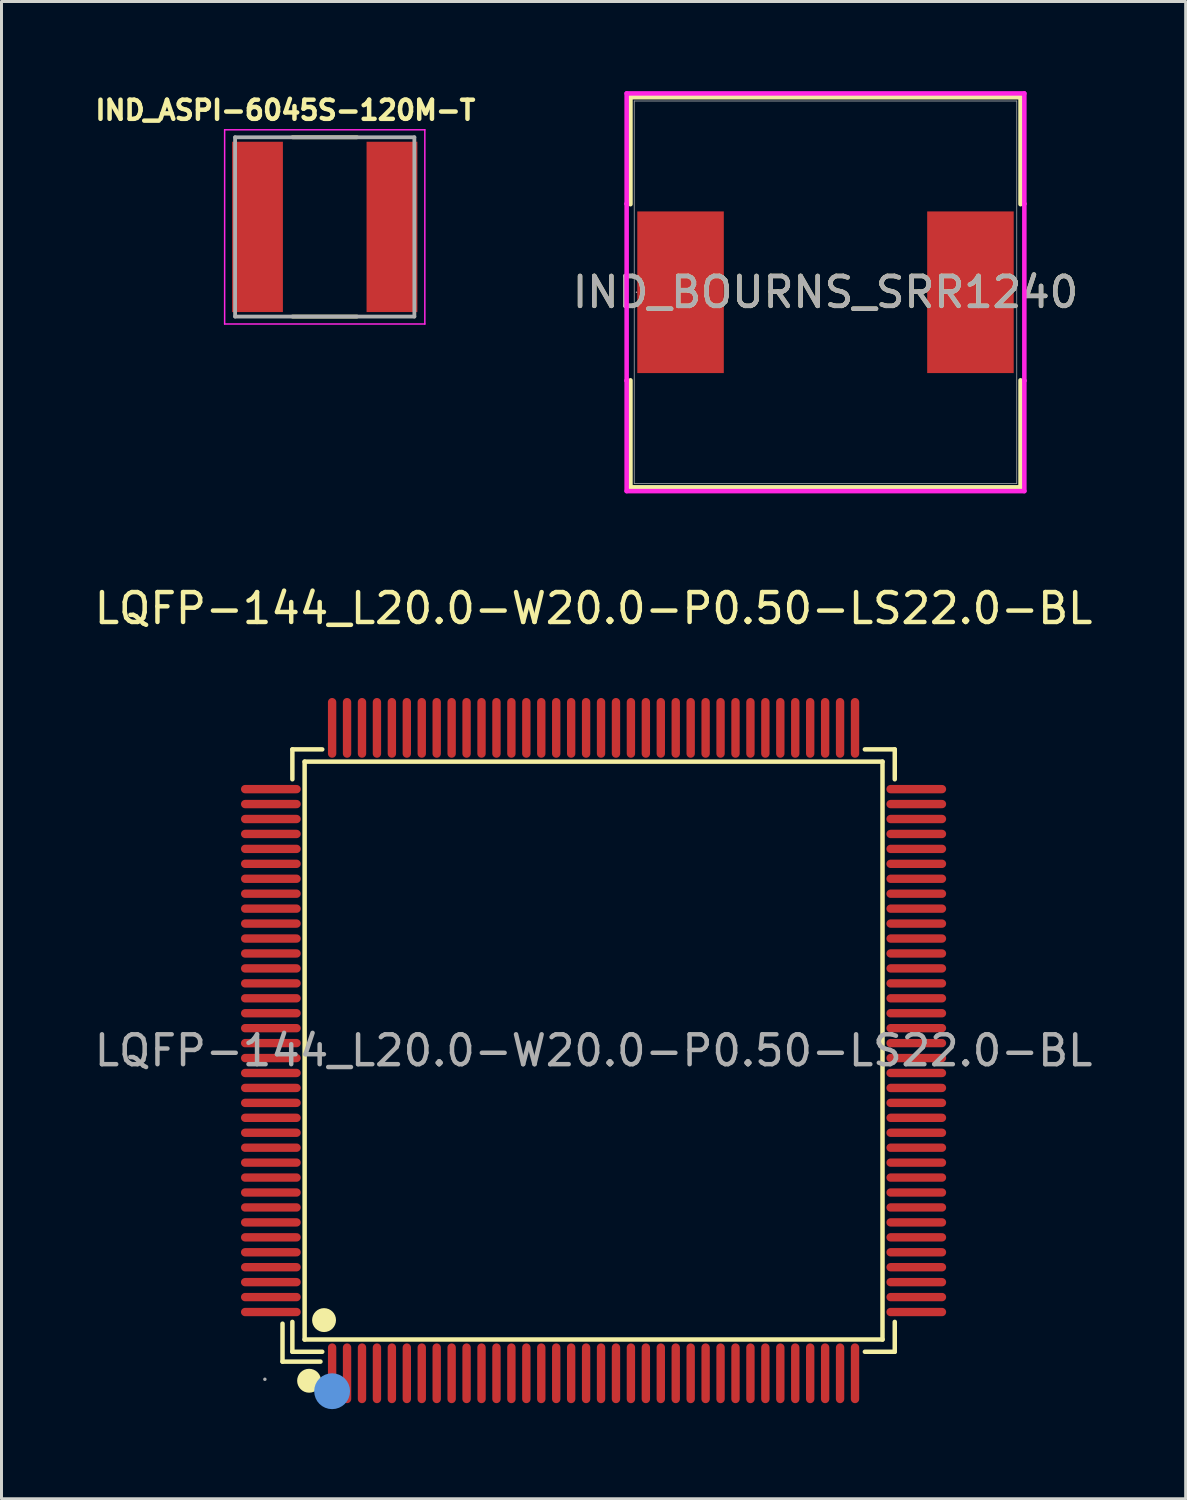
<source format=kicad_pcb>
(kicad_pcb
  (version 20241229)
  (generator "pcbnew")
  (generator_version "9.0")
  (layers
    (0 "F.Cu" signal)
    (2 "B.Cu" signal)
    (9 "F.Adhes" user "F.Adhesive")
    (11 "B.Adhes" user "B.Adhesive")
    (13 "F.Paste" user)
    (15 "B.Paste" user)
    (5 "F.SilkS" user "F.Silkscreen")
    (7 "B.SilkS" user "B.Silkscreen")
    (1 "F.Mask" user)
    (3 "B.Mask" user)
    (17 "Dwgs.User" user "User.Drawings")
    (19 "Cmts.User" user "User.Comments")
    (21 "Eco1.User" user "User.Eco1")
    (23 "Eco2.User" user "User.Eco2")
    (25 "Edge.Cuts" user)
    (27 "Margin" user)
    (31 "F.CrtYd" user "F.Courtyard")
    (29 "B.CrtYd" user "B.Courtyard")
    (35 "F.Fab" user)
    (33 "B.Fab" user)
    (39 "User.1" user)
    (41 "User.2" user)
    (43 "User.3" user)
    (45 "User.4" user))
  (footprint "IND_ASPI-6045S-120M-T"
    (layer "F.Cu")
    (at 7.818 4.544)
    (property "Reference" "IND_ASPI-6045S-120M-T" (at -1.318 -3.906 0) (layer "F.SilkS") (effects (font (size 0.64 0.64) (thickness 0.15))))
    (attr smd)
    (fp_line (start -1.08 -3) (end 1.08 -3) (stroke (width 0.127) (type solid)) (layer "F.SilkS"))
    (fp_line (start -1.08 3) (end 1.08 3) (stroke (width 0.127) (type solid)) (layer "F.SilkS"))
    (fp_line (start -3.35 -3.25) (end -3.35 3.25) (stroke (width 0.05) (type solid)) (layer "F.CrtYd"))
    (fp_line (start -3.35 3.25) (end 3.35 3.25) (stroke (width 0.05) (type solid)) (layer "F.CrtYd"))
    (fp_line (start 3.35 -3.25) (end -3.35 -3.25) (stroke (width 0.05) (type solid)) (layer "F.CrtYd"))
    (fp_line (start 3.35 3.25) (end 3.35 -3.25) (stroke (width 0.05) (type solid)) (layer "F.CrtYd"))
    (fp_line (start -3 -3) (end -3 3) (stroke (width 0.127) (type solid)) (layer "F.Fab"))
    (fp_line (start -3 -3) (end 3 -3) (stroke (width 0.127) (type solid)) (layer "F.Fab"))
    (fp_line (start -3 3) (end 3 3) (stroke (width 0.127) (type solid)) (layer "F.Fab"))
    (fp_line (start 3 -3) (end 3 3) (stroke (width 0.127) (type solid)) (layer "F.Fab"))
    (pad "1" smd rect (at -2.25 0) (size 1.7 5.7) (layers "F.Cu" "F.Mask" "F.Paste"))
    (pad "2" smd rect (at 2.25 0) (size 1.7 5.7) (layers "F.Cu" "F.Mask" "F.Paste")))
  (footprint "LQFP-144_L20.0-W20.0-P0.50-LS22.0-BL"
    (layer "F.Cu")
    (at 16.815 32.11)
    (property "Reference" "LQFP-144_L20.0-W20.0-P0.50-LS22.0-BL" (at 0 -14.8 0) (layer "F.SilkS") (effects (font (size 1 1) (thickness 0.15))))
    (attr smd)
    (fp_line (start -10.41 9.14) (end -10.41 10.41) (stroke (width 0.15) (type solid)) (layer "F.SilkS"))
    (fp_line (start -10.41 10.41) (end -9.14 10.41) (stroke (width 0.15) (type solid)) (layer "F.SilkS"))
    (fp_line (start -10.08 -10.08) (end -9.08 -10.08) (stroke (width 0.15) (type solid)) (layer "F.SilkS"))
    (fp_line (start -10.08 -9.08) (end -10.08 -10.08) (stroke (width 0.15) (type solid)) (layer "F.SilkS"))
    (fp_line (start -10.08 9.08) (end -10.08 10.08) (stroke (width 0.15) (type solid)) (layer "F.SilkS"))
    (fp_line (start -10.08 10.08) (end -9.08 10.08) (stroke (width 0.15) (type solid)) (layer "F.SilkS"))
    (fp_line (start -9.67 -9.67) (end 9.67 -9.67) (stroke (width 0.15) (type solid)) (layer "F.SilkS"))
    (fp_line (start -9.67 9.67) (end -9.67 -9.67) (stroke (width 0.15) (type solid)) (layer "F.SilkS"))
    (fp_line (start 9.67 -9.67) (end 9.67 9.67) (stroke (width 0.15) (type solid)) (layer "F.SilkS"))
    (fp_line (start 9.67 9.67) (end -9.67 9.67) (stroke (width 0.15) (type solid)) (layer "F.SilkS"))
    (fp_line (start 10.08 -10.08) (end 9.08 -10.08) (stroke (width 0.15) (type solid)) (layer "F.SilkS"))
    (fp_line (start 10.08 -9.08) (end 10.08 -10.08) (stroke (width 0.15) (type solid)) (layer "F.SilkS"))
    (fp_line (start 10.08 9.08) (end 10.08 10.08) (stroke (width 0.15) (type solid)) (layer "F.SilkS"))
    (fp_line (start 10.08 10.08) (end 9.08 10.08) (stroke (width 0.15) (type solid)) (layer "F.SilkS"))
    (fp_circle (center -9.52 11.05) (end -9.32 11.05) (stroke (width 0.4) (type solid)) (fill no) (layer "F.SilkS"))
    (fp_circle (center -9.02 9.02) (end -8.82 9.02) (stroke (width 0.4) (type solid)) (fill no) (layer "F.SilkS"))
    (fp_circle (center -8.75 11.4) (end -8.45 11.4) (stroke (width 0.6) (type solid)) (fill no) (layer "Cmts.User"))
    (fp_circle (center -11 11) (end -10.97 11) (stroke (width 0.06) (type solid)) (fill no) (layer "F.Fab"))
    (fp_text user "${REFERENCE}" (at 0 0 0) (layer "F.Fab") (effects (font (size 1 1) (thickness 0.15))))
    (pad "1" smd oval (at -8.75 10.8) (size 0.28 2) (layers "F.Cu" "F.Mask" "F.Paste"))
    (pad "2" smd oval (at -8.25 10.8) (size 0.28 2) (layers "F.Cu" "F.Mask" "F.Paste"))
    (pad "3" smd oval (at -7.75 10.8) (size 0.28 2) (layers "F.Cu" "F.Mask" "F.Paste"))
    (pad "4" smd oval (at -7.25 10.8) (size 0.28 2) (layers "F.Cu" "F.Mask" "F.Paste"))
    (pad "5" smd oval (at -6.75 10.8) (size 0.28 2) (layers "F.Cu" "F.Mask" "F.Paste"))
    (pad "6" smd oval (at -6.25 10.8) (size 0.28 2) (layers "F.Cu" "F.Mask" "F.Paste"))
    (pad "7" smd oval (at -5.75 10.8) (size 0.28 2) (layers "F.Cu" "F.Mask" "F.Paste"))
    (pad "8" smd oval (at -5.25 10.8) (size 0.28 2) (layers "F.Cu" "F.Mask" "F.Paste"))
    (pad "9" smd oval (at -4.75 10.8) (size 0.28 2) (layers "F.Cu" "F.Mask" "F.Paste"))
    (pad "10" smd oval (at -4.25 10.8) (size 0.28 2) (layers "F.Cu" "F.Mask" "F.Paste"))
    (pad "11" smd oval (at -3.75 10.8) (size 0.28 2) (layers "F.Cu" "F.Mask" "F.Paste"))
    (pad "12" smd oval (at -3.25 10.8) (size 0.28 2) (layers "F.Cu" "F.Mask" "F.Paste"))
    (pad "13" smd oval (at -2.75 10.8) (size 0.28 2) (layers "F.Cu" "F.Mask" "F.Paste"))
    (pad "14" smd oval (at -2.25 10.8) (size 0.28 2) (layers "F.Cu" "F.Mask" "F.Paste"))
    (pad "15" smd oval (at -1.75 10.8) (size 0.28 2) (layers "F.Cu" "F.Mask" "F.Paste"))
    (pad "16" smd oval (at -1.25 10.8) (size 0.28 2) (layers "F.Cu" "F.Mask" "F.Paste"))
    (pad "17" smd oval (at -0.75 10.8) (size 0.28 2) (layers "F.Cu" "F.Mask" "F.Paste"))
    (pad "18" smd oval (at -0.25 10.8) (size 0.28 2) (layers "F.Cu" "F.Mask" "F.Paste"))
    (pad "19" smd oval (at 0.25 10.8) (size 0.28 2) (layers "F.Cu" "F.Mask" "F.Paste"))
    (pad "20" smd oval (at 0.75 10.8) (size 0.28 2) (layers "F.Cu" "F.Mask" "F.Paste"))
    (pad "21" smd oval (at 1.25 10.8) (size 0.28 2) (layers "F.Cu" "F.Mask" "F.Paste"))
    (pad "22" smd oval (at 1.75 10.8) (size 0.28 2) (layers "F.Cu" "F.Mask" "F.Paste"))
    (pad "23" smd oval (at 2.25 10.8) (size 0.28 2) (layers "F.Cu" "F.Mask" "F.Paste"))
    (pad "24" smd oval (at 2.75 10.8) (size 0.28 2) (layers "F.Cu" "F.Mask" "F.Paste"))
    (pad "25" smd oval (at 3.25 10.8) (size 0.28 2) (layers "F.Cu" "F.Mask" "F.Paste"))
    (pad "26" smd oval (at 3.75 10.8) (size 0.28 2) (layers "F.Cu" "F.Mask" "F.Paste"))
    (pad "27" smd oval (at 4.25 10.8) (size 0.28 2) (layers "F.Cu" "F.Mask" "F.Paste"))
    (pad "28" smd oval (at 4.75 10.8) (size 0.28 2) (layers "F.Cu" "F.Mask" "F.Paste"))
    (pad "29" smd oval (at 5.25 10.8) (size 0.28 2) (layers "F.Cu" "F.Mask" "F.Paste"))
    (pad "30" smd oval (at 5.75 10.8) (size 0.28 2) (layers "F.Cu" "F.Mask" "F.Paste"))
    (pad "31" smd oval (at 6.25 10.8) (size 0.28 2) (layers "F.Cu" "F.Mask" "F.Paste"))
    (pad "32" smd oval (at 6.75 10.8) (size 0.28 2) (layers "F.Cu" "F.Mask" "F.Paste"))
    (pad "33" smd oval (at 7.25 10.8) (size 0.28 2) (layers "F.Cu" "F.Mask" "F.Paste"))
    (pad "34" smd oval (at 7.75 10.8) (size 0.28 2) (layers "F.Cu" "F.Mask" "F.Paste"))
    (pad "35" smd oval (at 8.25 10.8) (size 0.28 2) (layers "F.Cu" "F.Mask" "F.Paste"))
    (pad "36" smd oval (at 8.75 10.8) (size 0.28 2) (layers "F.Cu" "F.Mask" "F.Paste"))
    (pad "37" smd oval (at 10.8 8.75) (size 2 0.28) (layers "F.Cu" "F.Mask" "F.Paste"))
    (pad "38" smd oval (at 10.8 8.25) (size 2 0.28) (layers "F.Cu" "F.Mask" "F.Paste"))
    (pad "39" smd oval (at 10.8 7.75) (size 2 0.28) (layers "F.Cu" "F.Mask" "F.Paste"))
    (pad "40" smd oval (at 10.8 7.25) (size 2 0.28) (layers "F.Cu" "F.Mask" "F.Paste"))
    (pad "41" smd oval (at 10.8 6.75) (size 2 0.28) (layers "F.Cu" "F.Mask" "F.Paste"))
    (pad "42" smd oval (at 10.8 6.25) (size 2 0.28) (layers "F.Cu" "F.Mask" "F.Paste"))
    (pad "43" smd oval (at 10.8 5.75) (size 2 0.28) (layers "F.Cu" "F.Mask" "F.Paste"))
    (pad "44" smd oval (at 10.8 5.25) (size 2 0.28) (layers "F.Cu" "F.Mask" "F.Paste"))
    (pad "45" smd oval (at 10.8 4.75) (size 2 0.28) (layers "F.Cu" "F.Mask" "F.Paste"))
    (pad "46" smd oval (at 10.8 4.25) (size 2 0.28) (layers "F.Cu" "F.Mask" "F.Paste"))
    (pad "47" smd oval (at 10.8 3.75) (size 2 0.28) (layers "F.Cu" "F.Mask" "F.Paste"))
    (pad "48" smd oval (at 10.8 3.25) (size 2 0.28) (layers "F.Cu" "F.Mask" "F.Paste"))
    (pad "49" smd oval (at 10.8 2.75) (size 2 0.28) (layers "F.Cu" "F.Mask" "F.Paste"))
    (pad "50" smd oval (at 10.8 2.25) (size 2 0.28) (layers "F.Cu" "F.Mask" "F.Paste"))
    (pad "51" smd oval (at 10.8 1.75) (size 2 0.28) (layers "F.Cu" "F.Mask" "F.Paste"))
    (pad "52" smd oval (at 10.8 1.25) (size 2 0.28) (layers "F.Cu" "F.Mask" "F.Paste"))
    (pad "53" smd oval (at 10.8 0.75) (size 2 0.28) (layers "F.Cu" "F.Mask" "F.Paste"))
    (pad "54" smd oval (at 10.8 0.25) (size 2 0.28) (layers "F.Cu" "F.Mask" "F.Paste"))
    (pad "55" smd oval (at 10.8 -0.25) (size 2 0.28) (layers "F.Cu" "F.Mask" "F.Paste"))
    (pad "56" smd oval (at 10.8 -0.75) (size 2 0.28) (layers "F.Cu" "F.Mask" "F.Paste"))
    (pad "57" smd oval (at 10.8 -1.25) (size 2 0.28) (layers "F.Cu" "F.Mask" "F.Paste"))
    (pad "58" smd oval (at 10.8 -1.75) (size 2 0.28) (layers "F.Cu" "F.Mask" "F.Paste"))
    (pad "59" smd oval (at 10.8 -2.25) (size 2 0.28) (layers "F.Cu" "F.Mask" "F.Paste"))
    (pad "60" smd oval (at 10.8 -2.75) (size 2 0.28) (layers "F.Cu" "F.Mask" "F.Paste"))
    (pad "61" smd oval (at 10.8 -3.25) (size 2 0.28) (layers "F.Cu" "F.Mask" "F.Paste"))
    (pad "62" smd oval (at 10.8 -3.75) (size 2 0.28) (layers "F.Cu" "F.Mask" "F.Paste"))
    (pad "63" smd oval (at 10.8 -4.25) (size 2 0.28) (layers "F.Cu" "F.Mask" "F.Paste"))
    (pad "64" smd oval (at 10.8 -4.75) (size 2 0.28) (layers "F.Cu" "F.Mask" "F.Paste"))
    (pad "65" smd oval (at 10.8 -5.25) (size 2 0.28) (layers "F.Cu" "F.Mask" "F.Paste"))
    (pad "66" smd oval (at 10.8 -5.75) (size 2 0.28) (layers "F.Cu" "F.Mask" "F.Paste"))
    (pad "67" smd oval (at 10.8 -6.25) (size 2 0.28) (layers "F.Cu" "F.Mask" "F.Paste"))
    (pad "68" smd oval (at 10.8 -6.75) (size 2 0.28) (layers "F.Cu" "F.Mask" "F.Paste"))
    (pad "69" smd oval (at 10.8 -7.25) (size 2 0.28) (layers "F.Cu" "F.Mask" "F.Paste"))
    (pad "70" smd oval (at 10.8 -7.75) (size 2 0.28) (layers "F.Cu" "F.Mask" "F.Paste"))
    (pad "71" smd oval (at 10.8 -8.25) (size 2 0.28) (layers "F.Cu" "F.Mask" "F.Paste"))
    (pad "72" smd oval (at 10.8 -8.75) (size 2 0.28) (layers "F.Cu" "F.Mask" "F.Paste"))
    (pad "73" smd oval (at 8.75 -10.8) (size 0.28 2) (layers "F.Cu" "F.Mask" "F.Paste"))
    (pad "74" smd oval (at 8.25 -10.8) (size 0.28 2) (layers "F.Cu" "F.Mask" "F.Paste"))
    (pad "75" smd oval (at 7.75 -10.8) (size 0.28 2) (layers "F.Cu" "F.Mask" "F.Paste"))
    (pad "76" smd oval (at 7.25 -10.8) (size 0.28 2) (layers "F.Cu" "F.Mask" "F.Paste"))
    (pad "77" smd oval (at 6.75 -10.8) (size 0.28 2) (layers "F.Cu" "F.Mask" "F.Paste"))
    (pad "78" smd oval (at 6.25 -10.8) (size 0.28 2) (layers "F.Cu" "F.Mask" "F.Paste"))
    (pad "79" smd oval (at 5.75 -10.8) (size 0.28 2) (layers "F.Cu" "F.Mask" "F.Paste"))
    (pad "80" smd oval (at 5.25 -10.8) (size 0.28 2) (layers "F.Cu" "F.Mask" "F.Paste"))
    (pad "81" smd oval (at 4.75 -10.8) (size 0.28 2) (layers "F.Cu" "F.Mask" "F.Paste"))
    (pad "82" smd oval (at 4.25 -10.8) (size 0.28 2) (layers "F.Cu" "F.Mask" "F.Paste"))
    (pad "83" smd oval (at 3.75 -10.8) (size 0.28 2) (layers "F.Cu" "F.Mask" "F.Paste"))
    (pad "84" smd oval (at 3.25 -10.8) (size 0.28 2) (layers "F.Cu" "F.Mask" "F.Paste"))
    (pad "85" smd oval (at 2.75 -10.8) (size 0.28 2) (layers "F.Cu" "F.Mask" "F.Paste"))
    (pad "86" smd oval (at 2.25 -10.8) (size 0.28 2) (layers "F.Cu" "F.Mask" "F.Paste"))
    (pad "87" smd oval (at 1.75 -10.8) (size 0.28 2) (layers "F.Cu" "F.Mask" "F.Paste"))
    (pad "88" smd oval (at 1.25 -10.8) (size 0.28 2) (layers "F.Cu" "F.Mask" "F.Paste"))
    (pad "89" smd oval (at 0.75 -10.8) (size 0.28 2) (layers "F.Cu" "F.Mask" "F.Paste"))
    (pad "90" smd oval (at 0.25 -10.8) (size 0.28 2) (layers "F.Cu" "F.Mask" "F.Paste"))
    (pad "91" smd oval (at -0.25 -10.8) (size 0.28 2) (layers "F.Cu" "F.Mask" "F.Paste"))
    (pad "92" smd oval (at -0.75 -10.8) (size 0.28 2) (layers "F.Cu" "F.Mask" "F.Paste"))
    (pad "93" smd oval (at -1.25 -10.8) (size 0.28 2) (layers "F.Cu" "F.Mask" "F.Paste"))
    (pad "94" smd oval (at -1.75 -10.8) (size 0.28 2) (layers "F.Cu" "F.Mask" "F.Paste"))
    (pad "95" smd oval (at -2.25 -10.8) (size 0.28 2) (layers "F.Cu" "F.Mask" "F.Paste"))
    (pad "96" smd oval (at -2.75 -10.8) (size 0.28 2) (layers "F.Cu" "F.Mask" "F.Paste"))
    (pad "97" smd oval (at -3.25 -10.8) (size 0.28 2) (layers "F.Cu" "F.Mask" "F.Paste"))
    (pad "98" smd oval (at -3.75 -10.8) (size 0.28 2) (layers "F.Cu" "F.Mask" "F.Paste"))
    (pad "99" smd oval (at -4.25 -10.8) (size 0.28 2) (layers "F.Cu" "F.Mask" "F.Paste"))
    (pad "100" smd oval (at -4.75 -10.8) (size 0.28 2) (layers "F.Cu" "F.Mask" "F.Paste"))
    (pad "101" smd oval (at -5.25 -10.8) (size 0.28 2) (layers "F.Cu" "F.Mask" "F.Paste"))
    (pad "102" smd oval (at -5.75 -10.8) (size 0.28 2) (layers "F.Cu" "F.Mask" "F.Paste"))
    (pad "103" smd oval (at -6.25 -10.8) (size 0.28 2) (layers "F.Cu" "F.Mask" "F.Paste"))
    (pad "104" smd oval (at -6.75 -10.8) (size 0.28 2) (layers "F.Cu" "F.Mask" "F.Paste"))
    (pad "105" smd oval (at -7.25 -10.8) (size 0.28 2) (layers "F.Cu" "F.Mask" "F.Paste"))
    (pad "106" smd oval (at -7.75 -10.8) (size 0.28 2) (layers "F.Cu" "F.Mask" "F.Paste"))
    (pad "107" smd oval (at -8.25 -10.8) (size 0.28 2) (layers "F.Cu" "F.Mask" "F.Paste"))
    (pad "108" smd oval (at -8.75 -10.8) (size 0.28 2) (layers "F.Cu" "F.Mask" "F.Paste"))
    (pad "109" smd oval (at -10.8 -8.75) (size 2 0.28) (layers "F.Cu" "F.Mask" "F.Paste"))
    (pad "110" smd oval (at -10.8 -8.25) (size 2 0.28) (layers "F.Cu" "F.Mask" "F.Paste"))
    (pad "111" smd oval (at -10.8 -7.75) (size 2 0.28) (layers "F.Cu" "F.Mask" "F.Paste"))
    (pad "112" smd oval (at -10.8 -7.25) (size 2 0.28) (layers "F.Cu" "F.Mask" "F.Paste"))
    (pad "113" smd oval (at -10.8 -6.75) (size 2 0.28) (layers "F.Cu" "F.Mask" "F.Paste"))
    (pad "114" smd oval (at -10.8 -6.25) (size 2 0.28) (layers "F.Cu" "F.Mask" "F.Paste"))
    (pad "115" smd oval (at -10.8 -5.75) (size 2 0.28) (layers "F.Cu" "F.Mask" "F.Paste"))
    (pad "116" smd oval (at -10.8 -5.25) (size 2 0.28) (layers "F.Cu" "F.Mask" "F.Paste"))
    (pad "117" smd oval (at -10.8 -4.75) (size 2 0.28) (layers "F.Cu" "F.Mask" "F.Paste"))
    (pad "118" smd oval (at -10.8 -4.25) (size 2 0.28) (layers "F.Cu" "F.Mask" "F.Paste"))
    (pad "119" smd oval (at -10.8 -3.75) (size 2 0.28) (layers "F.Cu" "F.Mask" "F.Paste"))
    (pad "120" smd oval (at -10.8 -3.25) (size 2 0.28) (layers "F.Cu" "F.Mask" "F.Paste"))
    (pad "121" smd oval (at -10.8 -2.75) (size 2 0.28) (layers "F.Cu" "F.Mask" "F.Paste"))
    (pad "122" smd oval (at -10.8 -2.25) (size 2 0.28) (layers "F.Cu" "F.Mask" "F.Paste"))
    (pad "123" smd oval (at -10.8 -1.75) (size 2 0.28) (layers "F.Cu" "F.Mask" "F.Paste"))
    (pad "124" smd oval (at -10.8 -1.25) (size 2 0.28) (layers "F.Cu" "F.Mask" "F.Paste"))
    (pad "125" smd oval (at -10.8 -0.75) (size 2 0.28) (layers "F.Cu" "F.Mask" "F.Paste"))
    (pad "126" smd oval (at -10.8 -0.25) (size 2 0.28) (layers "F.Cu" "F.Mask" "F.Paste"))
    (pad "127" smd oval (at -10.8 0.25) (size 2 0.28) (layers "F.Cu" "F.Mask" "F.Paste"))
    (pad "128" smd oval (at -10.8 0.75) (size 2 0.28) (layers "F.Cu" "F.Mask" "F.Paste"))
    (pad "129" smd oval (at -10.8 1.25) (size 2 0.28) (layers "F.Cu" "F.Mask" "F.Paste"))
    (pad "130" smd oval (at -10.8 1.75) (size 2 0.28) (layers "F.Cu" "F.Mask" "F.Paste"))
    (pad "131" smd oval (at -10.8 2.25) (size 2 0.28) (layers "F.Cu" "F.Mask" "F.Paste"))
    (pad "132" smd oval (at -10.8 2.75) (size 2 0.28) (layers "F.Cu" "F.Mask" "F.Paste"))
    (pad "133" smd oval (at -10.8 3.25) (size 2 0.28) (layers "F.Cu" "F.Mask" "F.Paste"))
    (pad "134" smd oval (at -10.8 3.75) (size 2 0.28) (layers "F.Cu" "F.Mask" "F.Paste"))
    (pad "135" smd oval (at -10.8 4.25) (size 2 0.28) (layers "F.Cu" "F.Mask" "F.Paste"))
    (pad "136" smd oval (at -10.8 4.75) (size 2 0.28) (layers "F.Cu" "F.Mask" "F.Paste"))
    (pad "137" smd oval (at -10.8 5.25) (size 2 0.28) (layers "F.Cu" "F.Mask" "F.Paste"))
    (pad "138" smd oval (at -10.8 5.75) (size 2 0.28) (layers "F.Cu" "F.Mask" "F.Paste"))
    (pad "139" smd oval (at -10.8 6.25) (size 2 0.28) (layers "F.Cu" "F.Mask" "F.Paste"))
    (pad "140" smd oval (at -10.8 6.75) (size 2 0.28) (layers "F.Cu" "F.Mask" "F.Paste"))
    (pad "141" smd oval (at -10.8 7.25) (size 2 0.28) (layers "F.Cu" "F.Mask" "F.Paste"))
    (pad "142" smd oval (at -10.8 7.75) (size 2 0.28) (layers "F.Cu" "F.Mask" "F.Paste"))
    (pad "143" smd oval (at -10.8 8.25) (size 2 0.28) (layers "F.Cu" "F.Mask" "F.Paste"))
    (pad "144" smd oval (at -10.8 8.75) (size 2 0.28) (layers "F.Cu" "F.Mask" "F.Paste")))
  (footprint "IND_BOURNS_SRR1240"
    (layer "F.Cu")
    (at 24.577 6.731)
    (property "Reference" "IND_BOURNS_SRR1240" (at 0 0 0) (unlocked yes) (layer "F.SilkS") (effects (font (size 1 1) (thickness 0.15))))
    (attr smd)
    (fp_line (start -6.528 -6.528) (end -6.528 -2.947) (stroke (width 0.152) (type solid)) (layer "F.SilkS"))
    (fp_line (start -6.528 2.947) (end -6.528 6.528) (stroke (width 0.152) (type solid)) (layer "F.SilkS"))
    (fp_line (start -6.528 6.528) (end 6.528 6.528) (stroke (width 0.152) (type solid)) (layer "F.SilkS"))
    (fp_line (start 6.528 -6.528) (end -6.528 -6.528) (stroke (width 0.152) (type solid)) (layer "F.SilkS"))
    (fp_line (start 6.528 -2.947) (end 6.528 -6.528) (stroke (width 0.152) (type solid)) (layer "F.SilkS"))
    (fp_line (start 6.528 6.528) (end 6.528 2.947) (stroke (width 0.152) (type solid)) (layer "F.SilkS"))
    (fp_line (start -6.655 -6.655) (end 6.655 -6.655) (stroke (width 0.152) (type solid)) (layer "F.CrtYd"))
    (fp_line (start -6.655 -2.959) (end -6.655 -6.655) (stroke (width 0.152) (type solid)) (layer "F.CrtYd"))
    (fp_line (start -6.655 -2.959) (end -6.655 -2.959) (stroke (width 0.152) (type solid)) (layer "F.CrtYd"))
    (fp_line (start -6.655 2.959) (end -6.655 -2.959) (stroke (width 0.152) (type solid)) (layer "F.CrtYd"))
    (fp_line (start -6.655 2.959) (end -6.655 2.959) (stroke (width 0.152) (type solid)) (layer "F.CrtYd"))
    (fp_line (start -6.655 6.655) (end -6.655 2.959) (stroke (width 0.152) (type solid)) (layer "F.CrtYd"))
    (fp_line (start 6.655 -6.655) (end 6.655 -2.959) (stroke (width 0.152) (type solid)) (layer "F.CrtYd"))
    (fp_line (start 6.655 -2.959) (end 6.655 -2.959) (stroke (width 0.152) (type solid)) (layer "F.CrtYd"))
    (fp_line (start 6.655 -2.959) (end 6.655 2.959) (stroke (width 0.152) (type solid)) (layer "F.CrtYd"))
    (fp_line (start 6.655 2.959) (end 6.655 2.959) (stroke (width 0.152) (type solid)) (layer "F.CrtYd"))
    (fp_line (start 6.655 2.959) (end 6.655 6.655) (stroke (width 0.152) (type solid)) (layer "F.CrtYd"))
    (fp_line (start 6.655 6.655) (end -6.655 6.655) (stroke (width 0.152) (type solid)) (layer "F.CrtYd"))
    (fp_line (start -6.401 -6.401) (end -6.401 6.401) (stroke (width 0.025) (type solid)) (layer "F.Fab"))
    (fp_line (start -6.401 6.401) (end 6.401 6.401) (stroke (width 0.025) (type solid)) (layer "F.Fab"))
    (fp_line (start 6.401 -6.401) (end -6.401 -6.401) (stroke (width 0.025) (type solid)) (layer "F.Fab"))
    (fp_line (start 6.401 6.401) (end 6.401 -6.401) (stroke (width 0.025) (type solid)) (layer "F.Fab"))
    (fp_circle (center -6.325 0) (end -6.325 0) (stroke (width 0.025) (type solid)) (fill no) (layer "F.Fab"))
    (fp_text user "${REFERENCE}" (at 0 0 0) (unlocked yes) (layer "F.Fab") (effects (font (size 1 1) (thickness 0.15))))
    (pad "1" smd rect (at -4.851 0) (size 2.896 5.41) (layers "F.Cu" "F.Mask" "F.Paste"))
    (pad "2" smd rect (at 4.851 0) (size 2.896 5.41) (layers "F.Cu" "F.Mask" "F.Paste"))
    (zone (net_name "") (layer "F.Cu") (hatch full 0.508) (connect_pads) (min_thickness 0.254) (filled_areas_thickness no) (keepout (tracks not_allowed) (vias not_allowed) (pads allowed) (copperpour not_allowed) (footprints allowed)) (placement (enabled no)) (fill) (polygon (pts (xy 21.225 0.381) (xy 27.93 0.381) (xy 27.93 13.081) (xy 21.225 13.081)))))
  (gr_rect
    (start -3 -3)
    (end 36.631 47.11)
    (stroke (width 0.1) (type default))
    (fill no)
    (layer "Edge.Cuts")))
</source>
